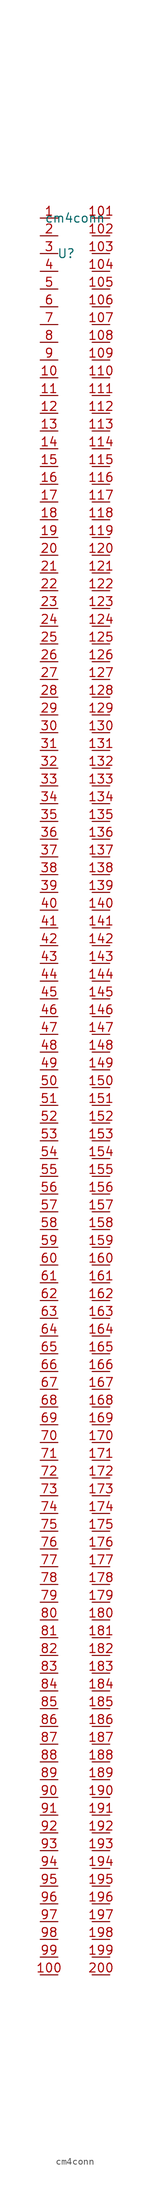
<source format=kicad_sym>
(kicad_symbol_lib
  (version 20210619)
  (generator kicad_symbol_editor)
  (symbol "cm4conn:cm4conn"
    (property "Reference" "U"
      (at -1.27 -5.08 0)
      (effects (font (size 1.27 1.27))))
    (property "Value" "cm4conn"
      (at 0 0 0)
      (effects (font (size 1.27 1.27))))
    (symbol "cm4conn_0_0"
      (pin unspecified line (at -5 0 0) (length 2.54) (name "" (effects (font (size 1.27 1.27)))) (number "1" (effects (font (size 1.27 1.27)))))
      (pin unspecified line (at -5 -22.86 0) (length 2.54) (name "" (effects (font (size 1.27 1.27)))) (number "10" (effects (font (size 1.27 1.27)))))
      (pin unspecified line (at -5 -251.46 0) (length 2.54) (name "" (effects (font (size 1.27 1.27)))) (number "100" (effects (font (size 1.27 1.27)))))
      (pin unspecified line (at 5 0 180) (length 2.54) (name "" (effects (font (size 1.27 1.27)))) (number "101" (effects (font (size 1.27 1.27)))))
      (pin unspecified line (at 5 -2.54 180) (length 2.54) (name "" (effects (font (size 1.27 1.27)))) (number "102" (effects (font (size 1.27 1.27)))))
      (pin unspecified line (at 5 -5.08 180) (length 2.54) (name "" (effects (font (size 1.27 1.27)))) (number "103" (effects (font (size 1.27 1.27)))))
      (pin unspecified line (at 5 -7.62 180) (length 2.54) (name "" (effects (font (size 1.27 1.27)))) (number "104" (effects (font (size 1.27 1.27)))))
      (pin unspecified line (at 5 -10.16 180) (length 2.54) (name "" (effects (font (size 1.27 1.27)))) (number "105" (effects (font (size 1.27 1.27)))))
      (pin unspecified line (at 5 -12.7 180) (length 2.54) (name "" (effects (font (size 1.27 1.27)))) (number "106" (effects (font (size 1.27 1.27)))))
      (pin unspecified line (at 5 -15.24 180) (length 2.54) (name "" (effects (font (size 1.27 1.27)))) (number "107" (effects (font (size 1.27 1.27)))))
      (pin unspecified line (at 5 -17.78 180) (length 2.54) (name "" (effects (font (size 1.27 1.27)))) (number "108" (effects (font (size 1.27 1.27)))))
      (pin unspecified line (at 5 -20.32 180) (length 2.54) (name "" (effects (font (size 1.27 1.27)))) (number "109" (effects (font (size 1.27 1.27)))))
      (pin unspecified line (at -5 -25.4 0) (length 2.54) (name "" (effects (font (size 1.27 1.27)))) (number "11" (effects (font (size 1.27 1.27)))))
      (pin unspecified line (at 5 -22.86 180) (length 2.54) (name "" (effects (font (size 1.27 1.27)))) (number "110" (effects (font (size 1.27 1.27)))))
      (pin unspecified line (at 5 -25.4 180) (length 2.54) (name "" (effects (font (size 1.27 1.27)))) (number "111" (effects (font (size 1.27 1.27)))))
      (pin unspecified line (at 5 -27.94 180) (length 2.54) (name "" (effects (font (size 1.27 1.27)))) (number "112" (effects (font (size 1.27 1.27)))))
      (pin unspecified line (at 5 -30.48 180) (length 2.54) (name "" (effects (font (size 1.27 1.27)))) (number "113" (effects (font (size 1.27 1.27)))))
      (pin unspecified line (at 5 -33.02 180) (length 2.54) (name "" (effects (font (size 1.27 1.27)))) (number "114" (effects (font (size 1.27 1.27)))))
      (pin unspecified line (at 5 -35.56 180) (length 2.54) (name "" (effects (font (size 1.27 1.27)))) (number "115" (effects (font (size 1.27 1.27)))))
      (pin unspecified line (at 5 -38.1 180) (length 2.54) (name "" (effects (font (size 1.27 1.27)))) (number "116" (effects (font (size 1.27 1.27)))))
      (pin unspecified line (at 5 -40.64 180) (length 2.54) (name "" (effects (font (size 1.27 1.27)))) (number "117" (effects (font (size 1.27 1.27)))))
      (pin unspecified line (at 5 -43.18 180) (length 2.54) (name "" (effects (font (size 1.27 1.27)))) (number "118" (effects (font (size 1.27 1.27)))))
      (pin unspecified line (at 5 -45.72 180) (length 2.54) (name "" (effects (font (size 1.27 1.27)))) (number "119" (effects (font (size 1.27 1.27)))))
      (pin unspecified line (at -5 -27.94 0) (length 2.54) (name "" (effects (font (size 1.27 1.27)))) (number "12" (effects (font (size 1.27 1.27)))))
      (pin unspecified line (at 5 -48.26 180) (length 2.54) (name "" (effects (font (size 1.27 1.27)))) (number "120" (effects (font (size 1.27 1.27)))))
      (pin unspecified line (at 5 -50.8 180) (length 2.54) (name "" (effects (font (size 1.27 1.27)))) (number "121" (effects (font (size 1.27 1.27)))))
      (pin unspecified line (at 5 -53.34 180) (length 2.54) (name "" (effects (font (size 1.27 1.27)))) (number "122" (effects (font (size 1.27 1.27)))))
      (pin unspecified line (at 5 -55.88 180) (length 2.54) (name "" (effects (font (size 1.27 1.27)))) (number "123" (effects (font (size 1.27 1.27)))))
      (pin unspecified line (at 5 -58.42 180) (length 2.54) (name "" (effects (font (size 1.27 1.27)))) (number "124" (effects (font (size 1.27 1.27)))))
      (pin unspecified line (at 5 -60.96 180) (length 2.54) (name "" (effects (font (size 1.27 1.27)))) (number "125" (effects (font (size 1.27 1.27)))))
      (pin unspecified line (at 5 -63.5 180) (length 2.54) (name "" (effects (font (size 1.27 1.27)))) (number "126" (effects (font (size 1.27 1.27)))))
      (pin unspecified line (at 5 -66.04 180) (length 2.54) (name "" (effects (font (size 1.27 1.27)))) (number "127" (effects (font (size 1.27 1.27)))))
      (pin unspecified line (at 5 -68.58 180) (length 2.54) (name "" (effects (font (size 1.27 1.27)))) (number "128" (effects (font (size 1.27 1.27)))))
      (pin unspecified line (at 5 -71.12 180) (length 2.54) (name "" (effects (font (size 1.27 1.27)))) (number "129" (effects (font (size 1.27 1.27)))))
      (pin unspecified line (at -5 -30.48 0) (length 2.54) (name "" (effects (font (size 1.27 1.27)))) (number "13" (effects (font (size 1.27 1.27)))))
      (pin unspecified line (at 5 -73.66 180) (length 2.54) (name "" (effects (font (size 1.27 1.27)))) (number "130" (effects (font (size 1.27 1.27)))))
      (pin unspecified line (at 5 -76.2 180) (length 2.54) (name "" (effects (font (size 1.27 1.27)))) (number "131" (effects (font (size 1.27 1.27)))))
      (pin unspecified line (at 5 -78.74 180) (length 2.54) (name "" (effects (font (size 1.27 1.27)))) (number "132" (effects (font (size 1.27 1.27)))))
      (pin unspecified line (at 5 -81.28 180) (length 2.54) (name "" (effects (font (size 1.27 1.27)))) (number "133" (effects (font (size 1.27 1.27)))))
      (pin unspecified line (at 5 -83.82 180) (length 2.54) (name "" (effects (font (size 1.27 1.27)))) (number "134" (effects (font (size 1.27 1.27)))))
      (pin unspecified line (at 5 -86.36 180) (length 2.54) (name "" (effects (font (size 1.27 1.27)))) (number "135" (effects (font (size 1.27 1.27)))))
      (pin unspecified line (at 5 -88.9 180) (length 2.54) (name "" (effects (font (size 1.27 1.27)))) (number "136" (effects (font (size 1.27 1.27)))))
      (pin unspecified line (at 5 -91.44 180) (length 2.54) (name "" (effects (font (size 1.27 1.27)))) (number "137" (effects (font (size 1.27 1.27)))))
      (pin unspecified line (at 5 -93.98 180) (length 2.54) (name "" (effects (font (size 1.27 1.27)))) (number "138" (effects (font (size 1.27 1.27)))))
      (pin unspecified line (at 5 -96.52 180) (length 2.54) (name "" (effects (font (size 1.27 1.27)))) (number "139" (effects (font (size 1.27 1.27)))))
      (pin unspecified line (at -5 -33.02 0) (length 2.54) (name "" (effects (font (size 1.27 1.27)))) (number "14" (effects (font (size 1.27 1.27)))))
      (pin unspecified line (at 5 -99.06 180) (length 2.54) (name "" (effects (font (size 1.27 1.27)))) (number "140" (effects (font (size 1.27 1.27)))))
      (pin unspecified line (at 5 -101.6 180) (length 2.54) (name "" (effects (font (size 1.27 1.27)))) (number "141" (effects (font (size 1.27 1.27)))))
      (pin unspecified line (at 5 -104.14 180) (length 2.54) (name "" (effects (font (size 1.27 1.27)))) (number "142" (effects (font (size 1.27 1.27)))))
      (pin unspecified line (at 5 -106.68 180) (length 2.54) (name "" (effects (font (size 1.27 1.27)))) (number "143" (effects (font (size 1.27 1.27)))))
      (pin unspecified line (at 5 -109.22 180) (length 2.54) (name "" (effects (font (size 1.27 1.27)))) (number "144" (effects (font (size 1.27 1.27)))))
      (pin unspecified line (at 5 -111.76 180) (length 2.54) (name "" (effects (font (size 1.27 1.27)))) (number "145" (effects (font (size 1.27 1.27)))))
      (pin unspecified line (at 5 -114.3 180) (length 2.54) (name "" (effects (font (size 1.27 1.27)))) (number "146" (effects (font (size 1.27 1.27)))))
      (pin unspecified line (at 5 -116.84 180) (length 2.54) (name "" (effects (font (size 1.27 1.27)))) (number "147" (effects (font (size 1.27 1.27)))))
      (pin unspecified line (at 5 -119.38 180) (length 2.54) (name "" (effects (font (size 1.27 1.27)))) (number "148" (effects (font (size 1.27 1.27)))))
      (pin unspecified line (at 5 -121.92 180) (length 2.54) (name "" (effects (font (size 1.27 1.27)))) (number "149" (effects (font (size 1.27 1.27)))))
      (pin unspecified line (at -5 -35.56 0) (length 2.54) (name "" (effects (font (size 1.27 1.27)))) (number "15" (effects (font (size 1.27 1.27)))))
      (pin unspecified line (at 5 -124.46 180) (length 2.54) (name "" (effects (font (size 1.27 1.27)))) (number "150" (effects (font (size 1.27 1.27)))))
      (pin unspecified line (at 5 -127 180) (length 2.54) (name "" (effects (font (size 1.27 1.27)))) (number "151" (effects (font (size 1.27 1.27)))))
      (pin unspecified line (at 5 -129.54 180) (length 2.54) (name "" (effects (font (size 1.27 1.27)))) (number "152" (effects (font (size 1.27 1.27)))))
      (pin unspecified line (at 5 -132.08 180) (length 2.54) (name "" (effects (font (size 1.27 1.27)))) (number "153" (effects (font (size 1.27 1.27)))))
      (pin unspecified line (at 5 -134.62 180) (length 2.54) (name "" (effects (font (size 1.27 1.27)))) (number "154" (effects (font (size 1.27 1.27)))))
      (pin unspecified line (at 5 -137.16 180) (length 2.54) (name "" (effects (font (size 1.27 1.27)))) (number "155" (effects (font (size 1.27 1.27)))))
      (pin unspecified line (at 5 -139.7 180) (length 2.54) (name "" (effects (font (size 1.27 1.27)))) (number "156" (effects (font (size 1.27 1.27)))))
      (pin unspecified line (at 5 -142.24 180) (length 2.54) (name "" (effects (font (size 1.27 1.27)))) (number "157" (effects (font (size 1.27 1.27)))))
      (pin unspecified line (at 5 -144.78 180) (length 2.54) (name "" (effects (font (size 1.27 1.27)))) (number "158" (effects (font (size 1.27 1.27)))))
      (pin unspecified line (at 5 -147.32 180) (length 2.54) (name "" (effects (font (size 1.27 1.27)))) (number "159" (effects (font (size 1.27 1.27)))))
      (pin unspecified line (at -5 -38.1 0) (length 2.54) (name "" (effects (font (size 1.27 1.27)))) (number "16" (effects (font (size 1.27 1.27)))))
      (pin unspecified line (at 5 -149.86 180) (length 2.54) (name "" (effects (font (size 1.27 1.27)))) (number "160" (effects (font (size 1.27 1.27)))))
      (pin unspecified line (at 5 -152.4 180) (length 2.54) (name "" (effects (font (size 1.27 1.27)))) (number "161" (effects (font (size 1.27 1.27)))))
      (pin unspecified line (at 5 -154.94 180) (length 2.54) (name "" (effects (font (size 1.27 1.27)))) (number "162" (effects (font (size 1.27 1.27)))))
      (pin unspecified line (at 5 -157.48 180) (length 2.54) (name "" (effects (font (size 1.27 1.27)))) (number "163" (effects (font (size 1.27 1.27)))))
      (pin unspecified line (at 5 -160.02 180) (length 2.54) (name "" (effects (font (size 1.27 1.27)))) (number "164" (effects (font (size 1.27 1.27)))))
      (pin unspecified line (at 5 -162.56 180) (length 2.54) (name "" (effects (font (size 1.27 1.27)))) (number "165" (effects (font (size 1.27 1.27)))))
      (pin unspecified line (at 5 -165.1 180) (length 2.54) (name "" (effects (font (size 1.27 1.27)))) (number "166" (effects (font (size 1.27 1.27)))))
      (pin unspecified line (at 5 -167.64 180) (length 2.54) (name "" (effects (font (size 1.27 1.27)))) (number "167" (effects (font (size 1.27 1.27)))))
      (pin unspecified line (at 5 -170.18 180) (length 2.54) (name "" (effects (font (size 1.27 1.27)))) (number "168" (effects (font (size 1.27 1.27)))))
      (pin unspecified line (at 5 -172.72 180) (length 2.54) (name "" (effects (font (size 1.27 1.27)))) (number "169" (effects (font (size 1.27 1.27)))))
      (pin unspecified line (at -5 -40.64 0) (length 2.54) (name "" (effects (font (size 1.27 1.27)))) (number "17" (effects (font (size 1.27 1.27)))))
      (pin unspecified line (at 5 -175.26 180) (length 2.54) (name "" (effects (font (size 1.27 1.27)))) (number "170" (effects (font (size 1.27 1.27)))))
      (pin unspecified line (at 5 -177.8 180) (length 2.54) (name "" (effects (font (size 1.27 1.27)))) (number "171" (effects (font (size 1.27 1.27)))))
      (pin unspecified line (at 5 -180.34 180) (length 2.54) (name "" (effects (font (size 1.27 1.27)))) (number "172" (effects (font (size 1.27 1.27)))))
      (pin unspecified line (at 5 -182.88 180) (length 2.54) (name "" (effects (font (size 1.27 1.27)))) (number "173" (effects (font (size 1.27 1.27)))))
      (pin unspecified line (at 5 -185.42 180) (length 2.54) (name "" (effects (font (size 1.27 1.27)))) (number "174" (effects (font (size 1.27 1.27)))))
      (pin unspecified line (at 5 -187.96 180) (length 2.54) (name "" (effects (font (size 1.27 1.27)))) (number "175" (effects (font (size 1.27 1.27)))))
      (pin unspecified line (at 5 -190.5 180) (length 2.54) (name "" (effects (font (size 1.27 1.27)))) (number "176" (effects (font (size 1.27 1.27)))))
      (pin unspecified line (at 5 -193.04 180) (length 2.54) (name "" (effects (font (size 1.27 1.27)))) (number "177" (effects (font (size 1.27 1.27)))))
      (pin unspecified line (at 5 -195.58 180) (length 2.54) (name "" (effects (font (size 1.27 1.27)))) (number "178" (effects (font (size 1.27 1.27)))))
      (pin unspecified line (at 5 -198.12 180) (length 2.54) (name "" (effects (font (size 1.27 1.27)))) (number "179" (effects (font (size 1.27 1.27)))))
      (pin unspecified line (at -5 -43.18 0) (length 2.54) (name "" (effects (font (size 1.27 1.27)))) (number "18" (effects (font (size 1.27 1.27)))))
      (pin unspecified line (at 5 -200.66 180) (length 2.54) (name "" (effects (font (size 1.27 1.27)))) (number "180" (effects (font (size 1.27 1.27)))))
      (pin unspecified line (at 5 -203.2 180) (length 2.54) (name "" (effects (font (size 1.27 1.27)))) (number "181" (effects (font (size 1.27 1.27)))))
      (pin unspecified line (at 5 -205.74 180) (length 2.54) (name "" (effects (font (size 1.27 1.27)))) (number "182" (effects (font (size 1.27 1.27)))))
      (pin unspecified line (at 5 -208.28 180) (length 2.54) (name "" (effects (font (size 1.27 1.27)))) (number "183" (effects (font (size 1.27 1.27)))))
      (pin unspecified line (at 5 -210.82 180) (length 2.54) (name "" (effects (font (size 1.27 1.27)))) (number "184" (effects (font (size 1.27 1.27)))))
      (pin unspecified line (at 5 -213.36 180) (length 2.54) (name "" (effects (font (size 1.27 1.27)))) (number "185" (effects (font (size 1.27 1.27)))))
      (pin unspecified line (at 5 -215.9 180) (length 2.54) (name "" (effects (font (size 1.27 1.27)))) (number "186" (effects (font (size 1.27 1.27)))))
      (pin unspecified line (at 5 -218.44 180) (length 2.54) (name "" (effects (font (size 1.27 1.27)))) (number "187" (effects (font (size 1.27 1.27)))))
      (pin unspecified line (at 5 -220.98 180) (length 2.54) (name "" (effects (font (size 1.27 1.27)))) (number "188" (effects (font (size 1.27 1.27)))))
      (pin unspecified line (at 5 -223.52 180) (length 2.54) (name "" (effects (font (size 1.27 1.27)))) (number "189" (effects (font (size 1.27 1.27)))))
      (pin unspecified line (at -5 -45.72 0) (length 2.54) (name "" (effects (font (size 1.27 1.27)))) (number "19" (effects (font (size 1.27 1.27)))))
      (pin unspecified line (at 5 -226.06 180) (length 2.54) (name "" (effects (font (size 1.27 1.27)))) (number "190" (effects (font (size 1.27 1.27)))))
      (pin unspecified line (at 5 -228.6 180) (length 2.54) (name "" (effects (font (size 1.27 1.27)))) (number "191" (effects (font (size 1.27 1.27)))))
      (pin unspecified line (at 5 -231.14 180) (length 2.54) (name "" (effects (font (size 1.27 1.27)))) (number "192" (effects (font (size 1.27 1.27)))))
      (pin unspecified line (at 5 -233.68 180) (length 2.54) (name "" (effects (font (size 1.27 1.27)))) (number "193" (effects (font (size 1.27 1.27)))))
      (pin unspecified line (at 5 -236.22 180) (length 2.54) (name "" (effects (font (size 1.27 1.27)))) (number "194" (effects (font (size 1.27 1.27)))))
      (pin unspecified line (at 5 -238.76 180) (length 2.54) (name "" (effects (font (size 1.27 1.27)))) (number "195" (effects (font (size 1.27 1.27)))))
      (pin unspecified line (at 5 -241.3 180) (length 2.54) (name "" (effects (font (size 1.27 1.27)))) (number "196" (effects (font (size 1.27 1.27)))))
      (pin unspecified line (at 5 -243.84 180) (length 2.54) (name "" (effects (font (size 1.27 1.27)))) (number "197" (effects (font (size 1.27 1.27)))))
      (pin unspecified line (at 5 -246.38 180) (length 2.54) (name "" (effects (font (size 1.27 1.27)))) (number "198" (effects (font (size 1.27 1.27)))))
      (pin unspecified line (at 5 -248.92 180) (length 2.54) (name "" (effects (font (size 1.27 1.27)))) (number "199" (effects (font (size 1.27 1.27)))))
      (pin unspecified line (at -5 -2.54 0) (length 2.54) (name "" (effects (font (size 1.27 1.27)))) (number "2" (effects (font (size 1.27 1.27)))))
      (pin unspecified line (at -5 -48.26 0) (length 2.54) (name "" (effects (font (size 1.27 1.27)))) (number "20" (effects (font (size 1.27 1.27)))))
      (pin unspecified line (at 5 -251.46 180) (length 2.54) (name "" (effects (font (size 1.27 1.27)))) (number "200" (effects (font (size 1.27 1.27)))))
      (pin unspecified line (at -5 -50.8 0) (length 2.54) (name "" (effects (font (size 1.27 1.27)))) (number "21" (effects (font (size 1.27 1.27)))))
      (pin unspecified line (at -5 -53.34 0) (length 2.54) (name "" (effects (font (size 1.27 1.27)))) (number "22" (effects (font (size 1.27 1.27)))))
      (pin unspecified line (at -5 -55.88 0) (length 2.54) (name "" (effects (font (size 1.27 1.27)))) (number "23" (effects (font (size 1.27 1.27)))))
      (pin unspecified line (at -5 -58.42 0) (length 2.54) (name "" (effects (font (size 1.27 1.27)))) (number "24" (effects (font (size 1.27 1.27)))))
      (pin unspecified line (at -5 -60.96 0) (length 2.54) (name "" (effects (font (size 1.27 1.27)))) (number "25" (effects (font (size 1.27 1.27)))))
      (pin unspecified line (at -5 -63.5 0) (length 2.54) (name "" (effects (font (size 1.27 1.27)))) (number "26" (effects (font (size 1.27 1.27)))))
      (pin unspecified line (at -5 -66.04 0) (length 2.54) (name "" (effects (font (size 1.27 1.27)))) (number "27" (effects (font (size 1.27 1.27)))))
      (pin unspecified line (at -5 -68.58 0) (length 2.54) (name "" (effects (font (size 1.27 1.27)))) (number "28" (effects (font (size 1.27 1.27)))))
      (pin unspecified line (at -5 -71.12 0) (length 2.54) (name "" (effects (font (size 1.27 1.27)))) (number "29" (effects (font (size 1.27 1.27)))))
      (pin unspecified line (at -5 -5.08 0) (length 2.54) (name "" (effects (font (size 1.27 1.27)))) (number "3" (effects (font (size 1.27 1.27)))))
      (pin unspecified line (at -5 -73.66 0) (length 2.54) (name "" (effects (font (size 1.27 1.27)))) (number "30" (effects (font (size 1.27 1.27)))))
      (pin unspecified line (at -5 -76.2 0) (length 2.54) (name "" (effects (font (size 1.27 1.27)))) (number "31" (effects (font (size 1.27 1.27)))))
      (pin unspecified line (at -5 -78.74 0) (length 2.54) (name "" (effects (font (size 1.27 1.27)))) (number "32" (effects (font (size 1.27 1.27)))))
      (pin unspecified line (at -5 -81.28 0) (length 2.54) (name "" (effects (font (size 1.27 1.27)))) (number "33" (effects (font (size 1.27 1.27)))))
      (pin unspecified line (at -5 -83.82 0) (length 2.54) (name "" (effects (font (size 1.27 1.27)))) (number "34" (effects (font (size 1.27 1.27)))))
      (pin unspecified line (at -5 -86.36 0) (length 2.54) (name "" (effects (font (size 1.27 1.27)))) (number "35" (effects (font (size 1.27 1.27)))))
      (pin unspecified line (at -5 -88.9 0) (length 2.54) (name "" (effects (font (size 1.27 1.27)))) (number "36" (effects (font (size 1.27 1.27)))))
      (pin unspecified line (at -5 -91.44 0) (length 2.54) (name "" (effects (font (size 1.27 1.27)))) (number "37" (effects (font (size 1.27 1.27)))))
      (pin unspecified line (at -5 -93.98 0) (length 2.54) (name "" (effects (font (size 1.27 1.27)))) (number "38" (effects (font (size 1.27 1.27)))))
      (pin unspecified line (at -5 -96.52 0) (length 2.54) (name "" (effects (font (size 1.27 1.27)))) (number "39" (effects (font (size 1.27 1.27)))))
      (pin unspecified line (at -5 -7.62 0) (length 2.54) (name "" (effects (font (size 1.27 1.27)))) (number "4" (effects (font (size 1.27 1.27)))))
      (pin unspecified line (at -5 -99.06 0) (length 2.54) (name "" (effects (font (size 1.27 1.27)))) (number "40" (effects (font (size 1.27 1.27)))))
      (pin unspecified line (at -5 -101.6 0) (length 2.54) (name "" (effects (font (size 1.27 1.27)))) (number "41" (effects (font (size 1.27 1.27)))))
      (pin unspecified line (at -5 -104.14 0) (length 2.54) (name "" (effects (font (size 1.27 1.27)))) (number "42" (effects (font (size 1.27 1.27)))))
      (pin unspecified line (at -5 -106.68 0) (length 2.54) (name "" (effects (font (size 1.27 1.27)))) (number "43" (effects (font (size 1.27 1.27)))))
      (pin unspecified line (at -5 -109.22 0) (length 2.54) (name "" (effects (font (size 1.27 1.27)))) (number "44" (effects (font (size 1.27 1.27)))))
      (pin unspecified line (at -5 -111.76 0) (length 2.54) (name "" (effects (font (size 1.27 1.27)))) (number "45" (effects (font (size 1.27 1.27)))))
      (pin unspecified line (at -5 -114.3 0) (length 2.54) (name "" (effects (font (size 1.27 1.27)))) (number "46" (effects (font (size 1.27 1.27)))))
      (pin unspecified line (at -5 -116.84 0) (length 2.54) (name "" (effects (font (size 1.27 1.27)))) (number "47" (effects (font (size 1.27 1.27)))))
      (pin unspecified line (at -5 -119.38 0) (length 2.54) (name "" (effects (font (size 1.27 1.27)))) (number "48" (effects (font (size 1.27 1.27)))))
      (pin unspecified line (at -5 -121.92 0) (length 2.54) (name "" (effects (font (size 1.27 1.27)))) (number "49" (effects (font (size 1.27 1.27)))))
      (pin unspecified line (at -5 -10.16 0) (length 2.54) (name "" (effects (font (size 1.27 1.27)))) (number "5" (effects (font (size 1.27 1.27)))))
      (pin unspecified line (at -5 -124.46 0) (length 2.54) (name "" (effects (font (size 1.27 1.27)))) (number "50" (effects (font (size 1.27 1.27)))))
      (pin unspecified line (at -5 -127 0) (length 2.54) (name "" (effects (font (size 1.27 1.27)))) (number "51" (effects (font (size 1.27 1.27)))))
      (pin unspecified line (at -5 -129.54 0) (length 2.54) (name "" (effects (font (size 1.27 1.27)))) (number "52" (effects (font (size 1.27 1.27)))))
      (pin unspecified line (at -5 -132.08 0) (length 2.54) (name "" (effects (font (size 1.27 1.27)))) (number "53" (effects (font (size 1.27 1.27)))))
      (pin unspecified line (at -5 -134.62 0) (length 2.54) (name "" (effects (font (size 1.27 1.27)))) (number "54" (effects (font (size 1.27 1.27)))))
      (pin unspecified line (at -5 -137.16 0) (length 2.54) (name "" (effects (font (size 1.27 1.27)))) (number "55" (effects (font (size 1.27 1.27)))))
      (pin unspecified line (at -5 -139.7 0) (length 2.54) (name "" (effects (font (size 1.27 1.27)))) (number "56" (effects (font (size 1.27 1.27)))))
      (pin unspecified line (at -5 -142.24 0) (length 2.54) (name "" (effects (font (size 1.27 1.27)))) (number "57" (effects (font (size 1.27 1.27)))))
      (pin unspecified line (at -5 -144.78 0) (length 2.54) (name "" (effects (font (size 1.27 1.27)))) (number "58" (effects (font (size 1.27 1.27)))))
      (pin unspecified line (at -5 -147.32 0) (length 2.54) (name "" (effects (font (size 1.27 1.27)))) (number "59" (effects (font (size 1.27 1.27)))))
      (pin unspecified line (at -5 -12.7 0) (length 2.54) (name "" (effects (font (size 1.27 1.27)))) (number "6" (effects (font (size 1.27 1.27)))))
      (pin unspecified line (at -5 -149.86 0) (length 2.54) (name "" (effects (font (size 1.27 1.27)))) (number "60" (effects (font (size 1.27 1.27)))))
      (pin unspecified line (at -5 -152.4 0) (length 2.54) (name "" (effects (font (size 1.27 1.27)))) (number "61" (effects (font (size 1.27 1.27)))))
      (pin unspecified line (at -5 -154.94 0) (length 2.54) (name "" (effects (font (size 1.27 1.27)))) (number "62" (effects (font (size 1.27 1.27)))))
      (pin unspecified line (at -5 -157.48 0) (length 2.54) (name "" (effects (font (size 1.27 1.27)))) (number "63" (effects (font (size 1.27 1.27)))))
      (pin unspecified line (at -5 -160.02 0) (length 2.54) (name "" (effects (font (size 1.27 1.27)))) (number "64" (effects (font (size 1.27 1.27)))))
      (pin unspecified line (at -5 -162.56 0) (length 2.54) (name "" (effects (font (size 1.27 1.27)))) (number "65" (effects (font (size 1.27 1.27)))))
      (pin unspecified line (at -5 -165.1 0) (length 2.54) (name "" (effects (font (size 1.27 1.27)))) (number "66" (effects (font (size 1.27 1.27)))))
      (pin unspecified line (at -5 -167.64 0) (length 2.54) (name "" (effects (font (size 1.27 1.27)))) (number "67" (effects (font (size 1.27 1.27)))))
      (pin unspecified line (at -5 -170.18 0) (length 2.54) (name "" (effects (font (size 1.27 1.27)))) (number "68" (effects (font (size 1.27 1.27)))))
      (pin unspecified line (at -5 -172.72 0) (length 2.54) (name "" (effects (font (size 1.27 1.27)))) (number "69" (effects (font (size 1.27 1.27)))))
      (pin unspecified line (at -5 -15.24 0) (length 2.54) (name "" (effects (font (size 1.27 1.27)))) (number "7" (effects (font (size 1.27 1.27)))))
      (pin unspecified line (at -5 -175.26 0) (length 2.54) (name "" (effects (font (size 1.27 1.27)))) (number "70" (effects (font (size 1.27 1.27)))))
      (pin unspecified line (at -5 -177.8 0) (length 2.54) (name "" (effects (font (size 1.27 1.27)))) (number "71" (effects (font (size 1.27 1.27)))))
      (pin unspecified line (at -5 -180.34 0) (length 2.54) (name "" (effects (font (size 1.27 1.27)))) (number "72" (effects (font (size 1.27 1.27)))))
      (pin unspecified line (at -5 -182.88 0) (length 2.54) (name "" (effects (font (size 1.27 1.27)))) (number "73" (effects (font (size 1.27 1.27)))))
      (pin unspecified line (at -5 -185.42 0) (length 2.54) (name "" (effects (font (size 1.27 1.27)))) (number "74" (effects (font (size 1.27 1.27)))))
      (pin unspecified line (at -5 -187.96 0) (length 2.54) (name "" (effects (font (size 1.27 1.27)))) (number "75" (effects (font (size 1.27 1.27)))))
      (pin unspecified line (at -5 -190.5 0) (length 2.54) (name "" (effects (font (size 1.27 1.27)))) (number "76" (effects (font (size 1.27 1.27)))))
      (pin unspecified line (at -5 -193.04 0) (length 2.54) (name "" (effects (font (size 1.27 1.27)))) (number "77" (effects (font (size 1.27 1.27)))))
      (pin unspecified line (at -5 -195.58 0) (length 2.54) (name "" (effects (font (size 1.27 1.27)))) (number "78" (effects (font (size 1.27 1.27)))))
      (pin unspecified line (at -5 -198.12 0) (length 2.54) (name "" (effects (font (size 1.27 1.27)))) (number "79" (effects (font (size 1.27 1.27)))))
      (pin unspecified line (at -5 -17.78 0) (length 2.54) (name "" (effects (font (size 1.27 1.27)))) (number "8" (effects (font (size 1.27 1.27)))))
      (pin unspecified line (at -5 -200.66 0) (length 2.54) (name "" (effects (font (size 1.27 1.27)))) (number "80" (effects (font (size 1.27 1.27)))))
      (pin unspecified line (at -5 -203.2 0) (length 2.54) (name "" (effects (font (size 1.27 1.27)))) (number "81" (effects (font (size 1.27 1.27)))))
      (pin unspecified line (at -5 -205.74 0) (length 2.54) (name "" (effects (font (size 1.27 1.27)))) (number "82" (effects (font (size 1.27 1.27)))))
      (pin unspecified line (at -5 -208.28 0) (length 2.54) (name "" (effects (font (size 1.27 1.27)))) (number "83" (effects (font (size 1.27 1.27)))))
      (pin unspecified line (at -5 -210.82 0) (length 2.54) (name "" (effects (font (size 1.27 1.27)))) (number "84" (effects (font (size 1.27 1.27)))))
      (pin unspecified line (at -5 -213.36 0) (length 2.54) (name "" (effects (font (size 1.27 1.27)))) (number "85" (effects (font (size 1.27 1.27)))))
      (pin unspecified line (at -5 -215.9 0) (length 2.54) (name "" (effects (font (size 1.27 1.27)))) (number "86" (effects (font (size 1.27 1.27)))))
      (pin unspecified line (at -5 -218.44 0) (length 2.54) (name "" (effects (font (size 1.27 1.27)))) (number "87" (effects (font (size 1.27 1.27)))))
      (pin unspecified line (at -5 -220.98 0) (length 2.54) (name "" (effects (font (size 1.27 1.27)))) (number "88" (effects (font (size 1.27 1.27)))))
      (pin unspecified line (at -5 -223.52 0) (length 2.54) (name "" (effects (font (size 1.27 1.27)))) (number "89" (effects (font (size 1.27 1.27)))))
      (pin unspecified line (at -5 -20.32 0) (length 2.54) (name "" (effects (font (size 1.27 1.27)))) (number "9" (effects (font (size 1.27 1.27)))))
      (pin unspecified line (at -5 -226.06 0) (length 2.54) (name "" (effects (font (size 1.27 1.27)))) (number "90" (effects (font (size 1.27 1.27)))))
      (pin unspecified line (at -5 -228.6 0) (length 2.54) (name "" (effects (font (size 1.27 1.27)))) (number "91" (effects (font (size 1.27 1.27)))))
      (pin unspecified line (at -5 -231.14 0) (length 2.54) (name "" (effects (font (size 1.27 1.27)))) (number "92" (effects (font (size 1.27 1.27)))))
      (pin unspecified line (at -5 -233.68 0) (length 2.54) (name "" (effects (font (size 1.27 1.27)))) (number "93" (effects (font (size 1.27 1.27)))))
      (pin unspecified line (at -5 -236.22 0) (length 2.54) (name "" (effects (font (size 1.27 1.27)))) (number "94" (effects (font (size 1.27 1.27)))))
      (pin unspecified line (at -5 -238.76 0) (length 2.54) (name "" (effects (font (size 1.27 1.27)))) (number "95" (effects (font (size 1.27 1.27)))))
      (pin unspecified line (at -5 -241.3 0) (length 2.54) (name "" (effects (font (size 1.27 1.27)))) (number "96" (effects (font (size 1.27 1.27)))))
      (pin unspecified line (at -5 -243.84 0) (length 2.54) (name "" (effects (font (size 1.27 1.27)))) (number "97" (effects (font (size 1.27 1.27)))))
      (pin unspecified line (at -5 -246.38 0) (length 2.54) (name "" (effects (font (size 1.27 1.27)))) (number "98" (effects (font (size 1.27 1.27)))))
      (pin unspecified line (at -5 -248.92 0) (length 2.54) (name "" (effects (font (size 1.27 1.27)))) (number "99" (effects (font (size 1.27 1.27))))))))
</source>
